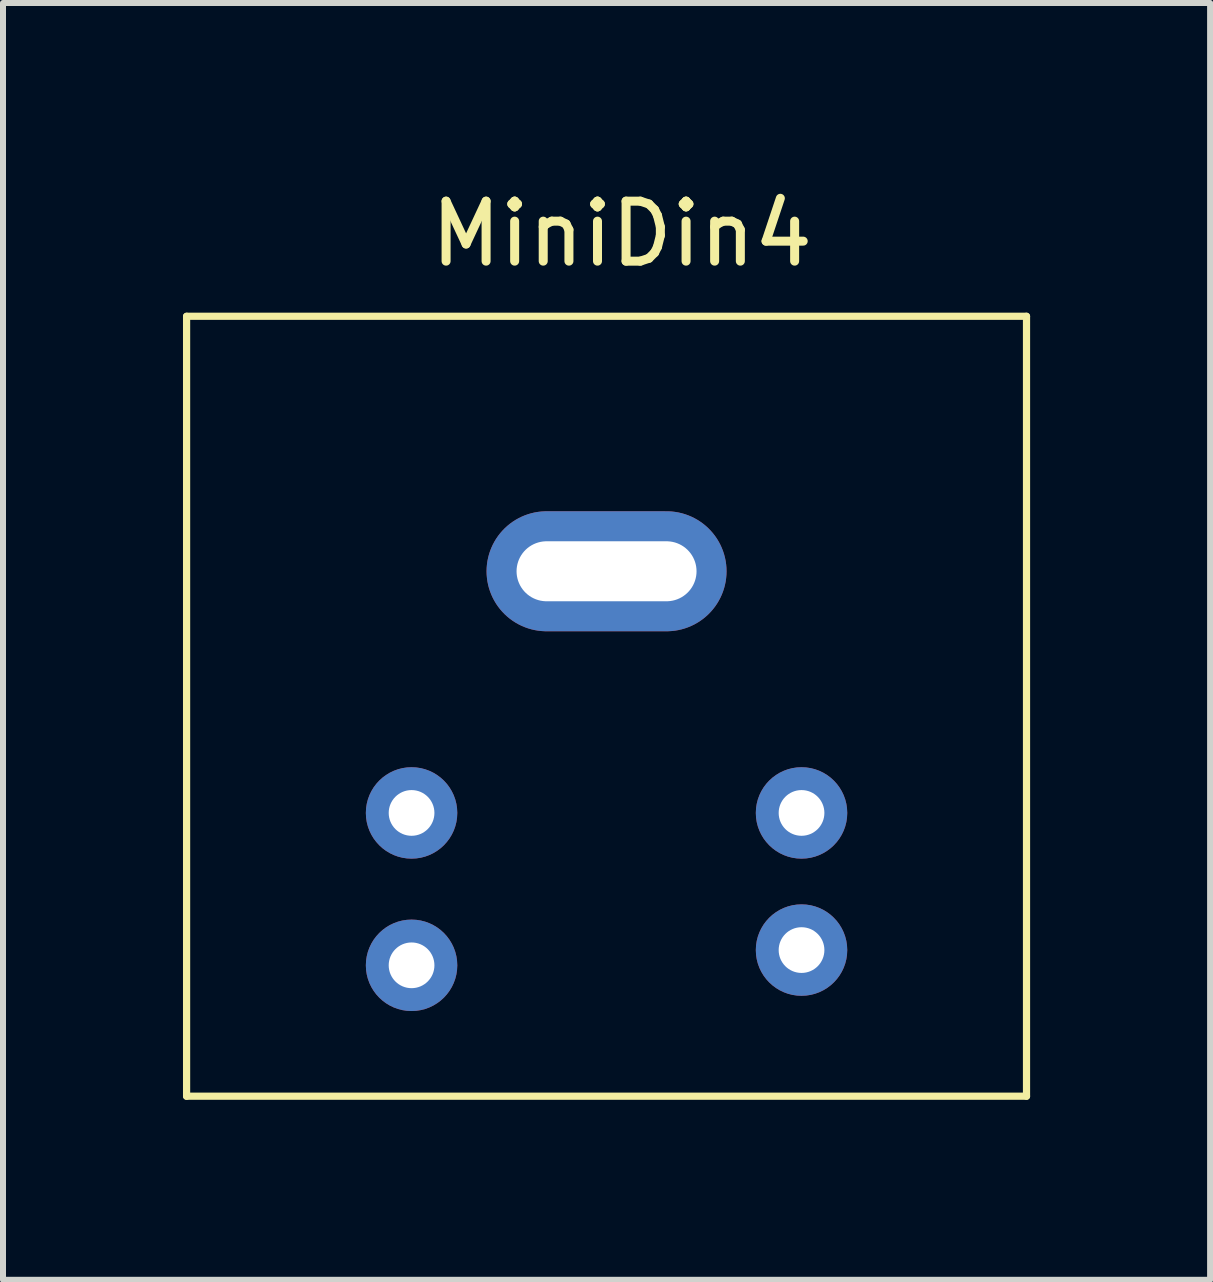
<source format=kicad_pcb>
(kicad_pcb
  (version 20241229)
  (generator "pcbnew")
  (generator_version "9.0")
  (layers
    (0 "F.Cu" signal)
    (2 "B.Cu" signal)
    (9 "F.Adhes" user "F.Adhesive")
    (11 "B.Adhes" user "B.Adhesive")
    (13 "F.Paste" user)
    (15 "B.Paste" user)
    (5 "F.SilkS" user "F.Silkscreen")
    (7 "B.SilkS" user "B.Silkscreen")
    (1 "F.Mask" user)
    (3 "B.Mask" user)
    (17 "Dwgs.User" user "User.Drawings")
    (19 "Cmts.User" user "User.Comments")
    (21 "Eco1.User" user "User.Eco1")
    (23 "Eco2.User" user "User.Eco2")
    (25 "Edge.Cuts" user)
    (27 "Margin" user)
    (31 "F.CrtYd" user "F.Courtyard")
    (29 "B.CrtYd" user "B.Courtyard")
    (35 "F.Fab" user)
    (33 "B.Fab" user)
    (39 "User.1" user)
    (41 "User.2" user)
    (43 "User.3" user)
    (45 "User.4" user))
  (footprint "MiniDin4"
    (layer "F.Cu")
    (at 7.06 8.722)
    (property "Reference" "MiniDin4" (at 0.254 -7.874 0) (layer "F.SilkS") (effects (font (size 1 1) (thickness 0.15))))
    (attr through_hole)
    (fp_line (start -7 -6.5) (end 7 -6.5) (stroke (width 0.12) (type solid)) (layer "F.SilkS"))
    (fp_line (start -7 6.5) (end -7 -6.5) (stroke (width 0.12) (type solid)) (layer "F.SilkS"))
    (fp_line (start -7 6.5) (end 7 6.5) (stroke (width 0.12) (type solid)) (layer "F.SilkS"))
    (fp_line (start 7 -6.5) (end 7 6.5) (stroke (width 0.12) (type solid)) (layer "F.SilkS"))
    (pad "1" thru_hole circle (at -3.25 1.778) (size 1.524 1.524) (drill 0.762) (layers "*.Cu" "*.Mask"))
    (pad "2" thru_hole circle (at 3.25 4.064) (size 1.524 1.524) (drill 0.762) (layers "*.Cu" "*.Mask"))
    (pad "3" thru_hole circle (at -3.25 4.318) (size 1.524 1.524) (drill 0.762) (layers "*.Cu" "*.Mask"))
    (pad "4" thru_hole circle (at 3.25 1.778) (size 1.524 1.524) (drill 0.762) (layers "*.Cu" "*.Mask"))
    (pad "5" thru_hole oval (at 0 -2.25) (size 4 2) (drill oval 3 1) (layers "*.Cu" "*.Mask")))
  (gr_rect
    (start -3 -3)
    (end 17.12 18.282)
    (stroke (width 0.1) (type default))
    (fill no)
    (layer "Edge.Cuts")))
</source>
